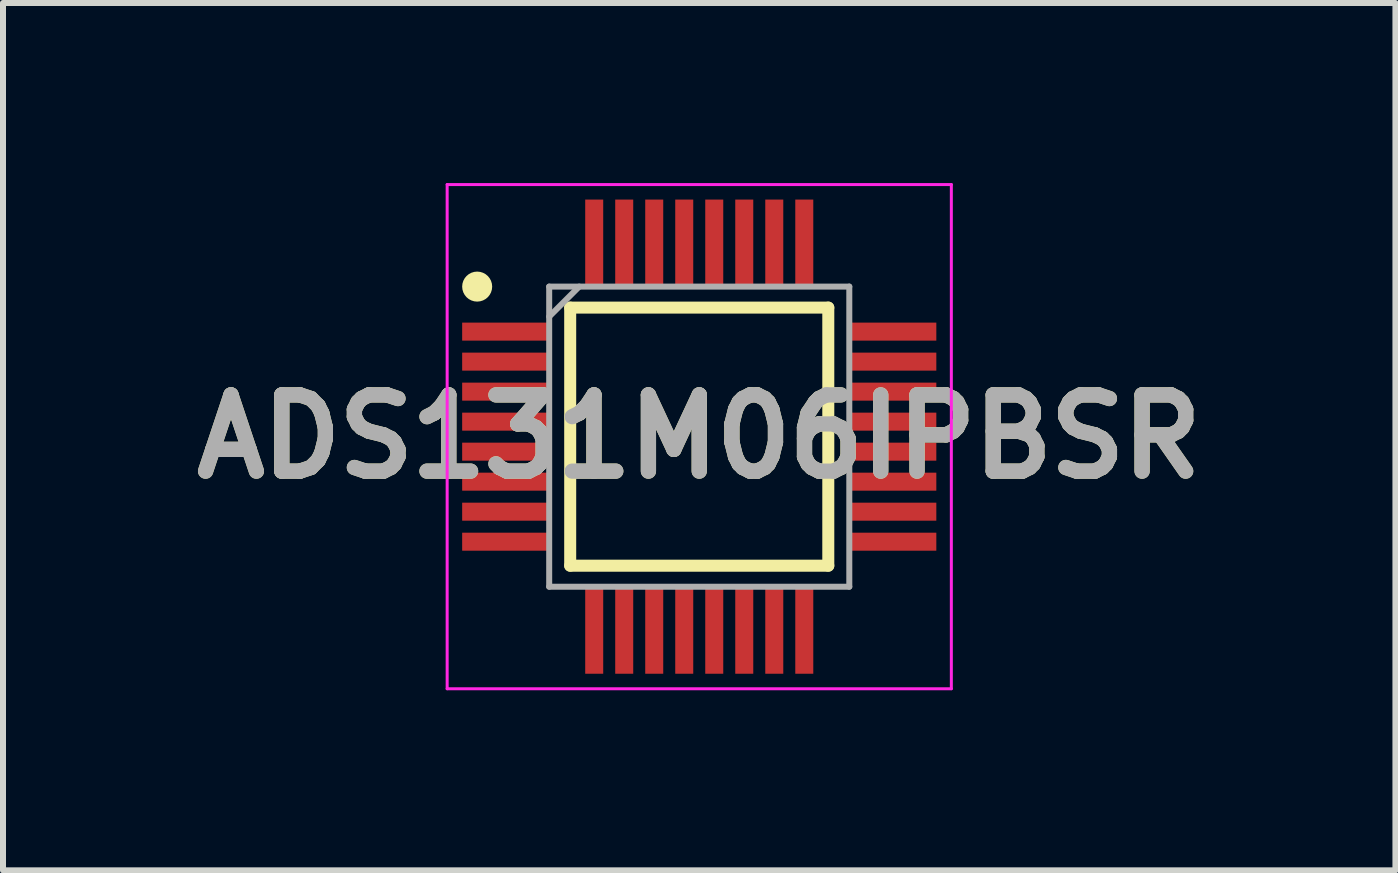
<source format=kicad_pcb>
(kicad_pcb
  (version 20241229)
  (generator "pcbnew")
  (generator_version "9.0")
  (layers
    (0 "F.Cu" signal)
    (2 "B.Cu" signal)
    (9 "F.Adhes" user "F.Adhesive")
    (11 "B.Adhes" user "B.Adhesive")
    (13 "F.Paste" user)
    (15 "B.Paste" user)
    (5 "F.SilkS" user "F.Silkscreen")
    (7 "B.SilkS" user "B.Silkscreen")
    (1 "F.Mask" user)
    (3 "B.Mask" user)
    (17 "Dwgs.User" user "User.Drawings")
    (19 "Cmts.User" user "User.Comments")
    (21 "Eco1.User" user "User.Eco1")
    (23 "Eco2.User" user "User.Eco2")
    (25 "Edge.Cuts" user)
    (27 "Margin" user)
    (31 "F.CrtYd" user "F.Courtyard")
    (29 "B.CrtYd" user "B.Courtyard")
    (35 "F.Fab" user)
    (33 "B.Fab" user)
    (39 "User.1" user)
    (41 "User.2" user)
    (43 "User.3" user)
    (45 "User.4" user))
  (footprint "ADS131M06IPBSR"
    (layer "F.Cu")
    (at 8.6 4.225)
    (property "Reference" "ADS131M06IPBSR" (at 0 0 0) (layer "F.SilkS") (effects (font (size 1.27 1.27) (thickness 0.254))))
    (attr smd)
    (fp_line (start -2.15 -2.15) (end 2.15 -2.15) (stroke (width 0.2) (type solid)) (layer "F.SilkS"))
    (fp_line (start -2.15 2.15) (end -2.15 -2.15) (stroke (width 0.2) (type solid)) (layer "F.SilkS"))
    (fp_line (start 2.15 -2.15) (end 2.15 2.15) (stroke (width 0.2) (type solid)) (layer "F.SilkS"))
    (fp_line (start 2.15 2.15) (end -2.15 2.15) (stroke (width 0.2) (type solid)) (layer "F.SilkS"))
    (fp_circle (center -3.7 -2.5) (end -3.7 -2.375) (stroke (width 0.25) (type solid)) (fill no) (layer "F.SilkS"))
    (fp_line (start -4.2 -4.2) (end 4.2 -4.2) (stroke (width 0.05) (type solid)) (layer "F.CrtYd"))
    (fp_line (start -4.2 4.2) (end -4.2 -4.2) (stroke (width 0.05) (type solid)) (layer "F.CrtYd"))
    (fp_line (start 4.2 -4.2) (end 4.2 4.2) (stroke (width 0.05) (type solid)) (layer "F.CrtYd"))
    (fp_line (start 4.2 4.2) (end -4.2 4.2) (stroke (width 0.05) (type solid)) (layer "F.CrtYd"))
    (fp_line (start -2.5 -2.5) (end 2.5 -2.5) (stroke (width 0.1) (type solid)) (layer "F.Fab"))
    (fp_line (start -2.5 -2) (end -2 -2.5) (stroke (width 0.1) (type solid)) (layer "F.Fab"))
    (fp_line (start -2.5 2.5) (end -2.5 -2.5) (stroke (width 0.1) (type solid)) (layer "F.Fab"))
    (fp_line (start 2.5 -2.5) (end 2.5 2.5) (stroke (width 0.1) (type solid)) (layer "F.Fab"))
    (fp_line (start 2.5 2.5) (end -2.5 2.5) (stroke (width 0.1) (type solid)) (layer "F.Fab"))
    (fp_text user "${REFERENCE}" (at 0 0 0) (layer "F.Fab") (effects (font (size 1.27 1.27) (thickness 0.254))))
    (pad "1" smd rect (at -3.225 -1.75 90) (size 0.3 1.45) (layers "F.Cu" "F.Mask" "F.Paste"))
    (pad "2" smd rect (at -3.225 -1.25 90) (size 0.3 1.45) (layers "F.Cu" "F.Mask" "F.Paste"))
    (pad "3" smd rect (at -3.225 -0.75 90) (size 0.3 1.45) (layers "F.Cu" "F.Mask" "F.Paste"))
    (pad "4" smd rect (at -3.225 -0.25 90) (size 0.3 1.45) (layers "F.Cu" "F.Mask" "F.Paste"))
    (pad "5" smd rect (at -3.225 0.25 90) (size 0.3 1.45) (layers "F.Cu" "F.Mask" "F.Paste"))
    (pad "6" smd rect (at -3.225 0.75 90) (size 0.3 1.45) (layers "F.Cu" "F.Mask" "F.Paste"))
    (pad "7" smd rect (at -3.225 1.25 90) (size 0.3 1.45) (layers "F.Cu" "F.Mask" "F.Paste"))
    (pad "8" smd rect (at -3.225 1.75 90) (size 0.3 1.45) (layers "F.Cu" "F.Mask" "F.Paste"))
    (pad "9" smd rect (at -1.75 3.225) (size 0.3 1.45) (layers "F.Cu" "F.Mask" "F.Paste"))
    (pad "10" smd rect (at -1.25 3.225) (size 0.3 1.45) (layers "F.Cu" "F.Mask" "F.Paste"))
    (pad "11" smd rect (at -0.75 3.225) (size 0.3 1.45) (layers "F.Cu" "F.Mask" "F.Paste"))
    (pad "12" smd rect (at -0.25 3.225) (size 0.3 1.45) (layers "F.Cu" "F.Mask" "F.Paste"))
    (pad "13" smd rect (at 0.25 3.225) (size 0.3 1.45) (layers "F.Cu" "F.Mask" "F.Paste"))
    (pad "14" smd rect (at 0.75 3.225) (size 0.3 1.45) (layers "F.Cu" "F.Mask" "F.Paste"))
    (pad "15" smd rect (at 1.25 3.225) (size 0.3 1.45) (layers "F.Cu" "F.Mask" "F.Paste"))
    (pad "16" smd rect (at 1.75 3.225) (size 0.3 1.45) (layers "F.Cu" "F.Mask" "F.Paste"))
    (pad "17" smd rect (at 3.225 1.75 90) (size 0.3 1.45) (layers "F.Cu" "F.Mask" "F.Paste"))
    (pad "18" smd rect (at 3.225 1.25 90) (size 0.3 1.45) (layers "F.Cu" "F.Mask" "F.Paste"))
    (pad "19" smd rect (at 3.225 0.75 90) (size 0.3 1.45) (layers "F.Cu" "F.Mask" "F.Paste"))
    (pad "20" smd rect (at 3.225 0.25 90) (size 0.3 1.45) (layers "F.Cu" "F.Mask" "F.Paste"))
    (pad "21" smd rect (at 3.225 -0.25 90) (size 0.3 1.45) (layers "F.Cu" "F.Mask" "F.Paste"))
    (pad "22" smd rect (at 3.225 -0.75 90) (size 0.3 1.45) (layers "F.Cu" "F.Mask" "F.Paste"))
    (pad "23" smd rect (at 3.225 -1.25 90) (size 0.3 1.45) (layers "F.Cu" "F.Mask" "F.Paste"))
    (pad "24" smd rect (at 3.225 -1.75 90) (size 0.3 1.45) (layers "F.Cu" "F.Mask" "F.Paste"))
    (pad "25" smd rect (at 1.75 -3.225) (size 0.3 1.45) (layers "F.Cu" "F.Mask" "F.Paste"))
    (pad "26" smd rect (at 1.25 -3.225) (size 0.3 1.45) (layers "F.Cu" "F.Mask" "F.Paste"))
    (pad "27" smd rect (at 0.75 -3.225) (size 0.3 1.45) (layers "F.Cu" "F.Mask" "F.Paste"))
    (pad "28" smd rect (at 0.25 -3.225) (size 0.3 1.45) (layers "F.Cu" "F.Mask" "F.Paste"))
    (pad "29" smd rect (at -0.25 -3.225) (size 0.3 1.45) (layers "F.Cu" "F.Mask" "F.Paste"))
    (pad "30" smd rect (at -0.75 -3.225) (size 0.3 1.45) (layers "F.Cu" "F.Mask" "F.Paste"))
    (pad "31" smd rect (at -1.25 -3.225) (size 0.3 1.45) (layers "F.Cu" "F.Mask" "F.Paste"))
    (pad "32" smd rect (at -1.75 -3.225) (size 0.3 1.45) (layers "F.Cu" "F.Mask" "F.Paste")))
  (gr_rect
    (start -3 -3)
    (end 20.199 11.45)
    (stroke (width 0.1) (type default))
    (fill no)
    (layer "Edge.Cuts")))
</source>
